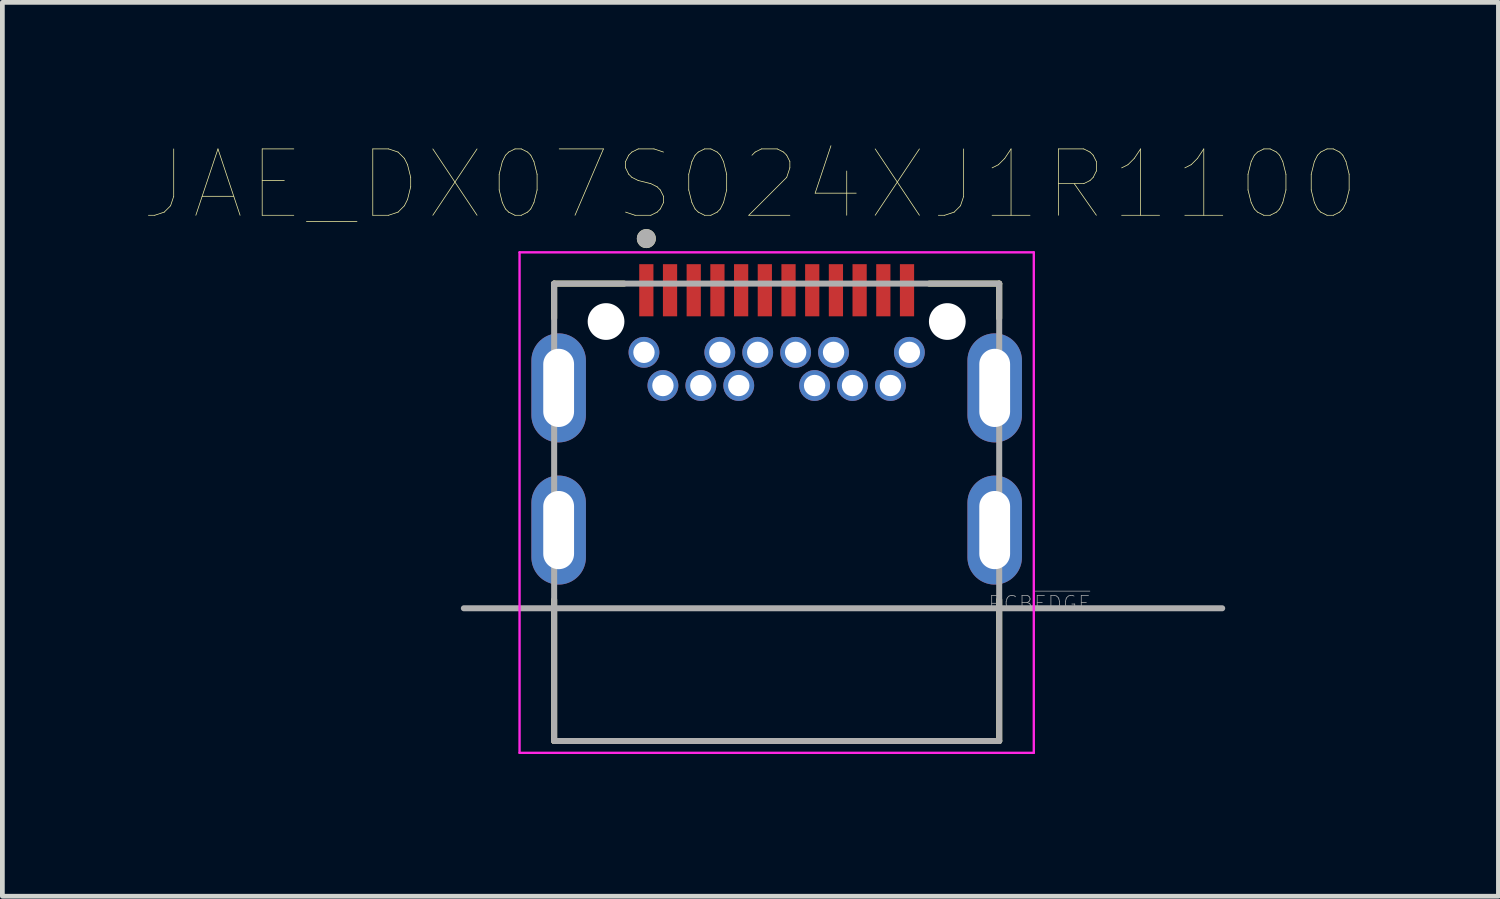
<source format=kicad_pcb>
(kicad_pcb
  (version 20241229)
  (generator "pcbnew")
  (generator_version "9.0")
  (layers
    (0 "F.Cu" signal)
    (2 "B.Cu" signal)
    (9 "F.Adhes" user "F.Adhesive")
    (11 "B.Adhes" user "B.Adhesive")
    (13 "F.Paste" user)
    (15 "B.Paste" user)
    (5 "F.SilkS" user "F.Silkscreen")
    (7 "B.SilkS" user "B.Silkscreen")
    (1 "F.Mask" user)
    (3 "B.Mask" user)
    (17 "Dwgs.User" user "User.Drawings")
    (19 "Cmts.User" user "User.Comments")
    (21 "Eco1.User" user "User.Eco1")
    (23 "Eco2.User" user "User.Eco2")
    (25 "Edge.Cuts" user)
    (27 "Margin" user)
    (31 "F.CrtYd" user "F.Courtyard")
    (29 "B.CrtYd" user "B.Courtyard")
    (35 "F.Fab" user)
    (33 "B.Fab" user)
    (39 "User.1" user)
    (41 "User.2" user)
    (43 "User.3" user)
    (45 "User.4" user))
  (footprint "JAE_DX07S024XJ1R1100"
    (layer "F.Cu")
    (at 9.737 3.734)
    (property "Reference" "JAE_DX07S024XJ1R1100" (at 3.045 -2.889 0) (layer "F.SilkS") (effects (font (size 1.4 1.4) (thickness 0.015))))
    (attr through_hole)
    (fp_line (start -1.095 -0.8) (end -1.095 -0.07) (stroke (width 0.127) (type solid)) (layer "F.SilkS"))
    (fp_line (start -1.095 8.85) (end -1.095 5.87) (stroke (width 0.127) (type solid)) (layer "F.SilkS"))
    (fp_line (start -1.095 8.85) (end 8.295 8.85) (stroke (width 0.127) (type solid)) (layer "F.SilkS"))
    (fp_line (start 0.38 -0.8) (end -1.095 -0.8) (stroke (width 0.127) (type solid)) (layer "F.SilkS"))
    (fp_line (start 8.295 -0.8) (end 6.82 -0.8) (stroke (width 0.127) (type solid)) (layer "F.SilkS"))
    (fp_line (start 8.295 -0.8) (end 8.295 -0.07) (stroke (width 0.127) (type solid)) (layer "F.SilkS"))
    (fp_line (start 8.295 8.85) (end 8.295 5.87) (stroke (width 0.127) (type solid)) (layer "F.SilkS"))
    (fp_circle (center 0.85 -1.75) (end 0.95 -1.75) (stroke (width 0.2) (type solid)) (fill no) (layer "F.SilkS"))
    (fp_line (start 7.088 -0.388) (end 7.312 -0.388) (stroke (width 0.001) (type solid)) (layer "Edge.Cuts"))
    (fp_line (start 7.312 0.388) (end 7.088 0.388) (stroke (width 0.001) (type solid)) (layer "Edge.Cuts"))
    (fp_arc (start 6.7 0) (mid 6.813496 -0.274004) (end 7.0875 -0.3875) (stroke (width 0.001) (type solid)) (layer "Edge.Cuts"))
    (fp_arc (start 7.0875 0.3875) (mid 6.813496 0.274004) (end 6.7 0) (stroke (width 0.001) (type solid)) (layer "Edge.Cuts"))
    (fp_arc (start 7.3125 -0.3875) (mid 7.586504 -0.274004) (end 7.7 0) (stroke (width 0.001) (type solid)) (layer "Edge.Cuts"))
    (fp_arc (start 7.7 0) (mid 7.586504 0.274004) (end 7.3125 0.3875) (stroke (width 0.001) (type solid)) (layer "Edge.Cuts"))
    (fp_line (start -1.825 -1.46) (end -1.825 9.1) (stroke (width 0.05) (type solid)) (layer "F.CrtYd"))
    (fp_line (start -1.825 9.1) (end 9.025 9.1) (stroke (width 0.05) (type solid)) (layer "F.CrtYd"))
    (fp_line (start 9.025 -1.46) (end -1.825 -1.46) (stroke (width 0.05) (type solid)) (layer "F.CrtYd"))
    (fp_line (start 9.025 9.1) (end 9.025 -1.46) (stroke (width 0.05) (type solid)) (layer "F.CrtYd"))
    (fp_line (start -3 6.05) (end 13 6.05) (stroke (width 0.127) (type solid)) (layer "F.Fab"))
    (fp_line (start -1.095 -0.8) (end -1.095 8.85) (stroke (width 0.127) (type solid)) (layer "F.Fab"))
    (fp_line (start -1.095 8.85) (end 8.295 8.85) (stroke (width 0.127) (type solid)) (layer "F.Fab"))
    (fp_line (start 8.295 -0.8) (end -1.095 -0.8) (stroke (width 0.127) (type solid)) (layer "F.Fab"))
    (fp_line (start 8.295 8.85) (end 8.295 -0.8) (stroke (width 0.127) (type solid)) (layer "F.Fab"))
    (fp_circle (center 0.85 -1.75) (end 0.95 -1.75) (stroke (width 0.2) (type solid)) (fill no) (layer "F.Fab"))
    (fp_text user "PCB~{EDGE}" (at 9.15 5.95 0) (layer "F.Fab") (effects (font (size 0.32 0.32) (thickness 0.015))))
    (pad "" np_thru_hole circle (at 0 0) (size 0.775 0.775) (drill 0.775) (layers "*.Cu" "*.Mask"))
    (pad "" np_thru_hole circle (at 7.2 0) (size 0.775 0.775) (drill 0.775) (layers "*.Cu" "*.Mask"))
    (pad "A1" smd rect (at 0.85 -0.66) (size 0.3 1.1) (layers "F.Cu" "F.Mask" "F.Paste"))
    (pad "A2" smd rect (at 1.35 -0.66) (size 0.3 1.1) (layers "F.Cu" "F.Mask" "F.Paste"))
    (pad "A3" smd rect (at 1.85 -0.66) (size 0.3 1.1) (layers "F.Cu" "F.Mask" "F.Paste"))
    (pad "A4" smd rect (at 2.35 -0.66) (size 0.3 1.1) (layers "F.Cu" "F.Mask" "F.Paste"))
    (pad "A5" smd rect (at 2.85 -0.66) (size 0.3 1.1) (layers "F.Cu" "F.Mask" "F.Paste"))
    (pad "A6" smd rect (at 3.35 -0.66) (size 0.3 1.1) (layers "F.Cu" "F.Mask" "F.Paste"))
    (pad "A7" smd rect (at 3.85 -0.66) (size 0.3 1.1) (layers "F.Cu" "F.Mask" "F.Paste"))
    (pad "A8" smd rect (at 4.35 -0.66) (size 0.3 1.1) (layers "F.Cu" "F.Mask" "F.Paste"))
    (pad "A9" smd rect (at 4.85 -0.66) (size 0.3 1.1) (layers "F.Cu" "F.Mask" "F.Paste"))
    (pad "A10" smd rect (at 5.35 -0.66) (size 0.3 1.1) (layers "F.Cu" "F.Mask" "F.Paste"))
    (pad "A11" smd rect (at 5.85 -0.66) (size 0.3 1.1) (layers "F.Cu" "F.Mask" "F.Paste"))
    (pad "A12" smd rect (at 6.35 -0.66) (size 0.3 1.1) (layers "F.Cu" "F.Mask" "F.Paste"))
    (pad "B1" thru_hole circle (at 6.4 0.65) (size 0.65 0.65) (drill 0.45) (layers "*.Cu" "*.Mask"))
    (pad "B2" thru_hole circle (at 6 1.35) (size 0.65 0.65) (drill 0.45) (layers "*.Cu" "*.Mask"))
    (pad "B3" thru_hole circle (at 5.2 1.35) (size 0.65 0.65) (drill 0.45) (layers "*.Cu" "*.Mask"))
    (pad "B4" thru_hole circle (at 4.8 0.65) (size 0.65 0.65) (drill 0.45) (layers "*.Cu" "*.Mask"))
    (pad "B5" thru_hole circle (at 4.4 1.35) (size 0.65 0.65) (drill 0.45) (layers "*.Cu" "*.Mask"))
    (pad "B6" thru_hole circle (at 4 0.65) (size 0.65 0.65) (drill 0.45) (layers "*.Cu" "*.Mask"))
    (pad "B7" thru_hole circle (at 3.2 0.65) (size 0.65 0.65) (drill 0.45) (layers "*.Cu" "*.Mask"))
    (pad "B8" thru_hole circle (at 2.8 1.35) (size 0.65 0.65) (drill 0.45) (layers "*.Cu" "*.Mask"))
    (pad "B9" thru_hole circle (at 2.4 0.65) (size 0.65 0.65) (drill 0.45) (layers "*.Cu" "*.Mask"))
    (pad "B10" thru_hole circle (at 2 1.35) (size 0.65 0.65) (drill 0.45) (layers "*.Cu" "*.Mask"))
    (pad "B11" thru_hole circle (at 1.2 1.35) (size 0.65 0.65) (drill 0.45) (layers "*.Cu" "*.Mask"))
    (pad "B12" thru_hole circle (at 0.8 0.65) (size 0.65 0.65) (drill 0.45) (layers "*.Cu" "*.Mask"))
    (pad "S1" thru_hole oval (at -1 1.4) (size 1.15 2.3) (drill oval 0.65 1.65) (layers "*.Cu" "*.Mask"))
    (pad "S2" thru_hole oval (at 8.2 1.4) (size 1.15 2.3) (drill oval 0.65 1.65) (layers "*.Cu" "*.Mask"))
    (pad "S3" thru_hole oval (at -1 4.4) (size 1.15 2.3) (drill oval 0.65 1.65) (layers "*.Cu" "*.Mask"))
    (pad "S4" thru_hole oval (at 8.2 4.4) (size 1.15 2.3) (drill oval 0.65 1.65) (layers "*.Cu" "*.Mask")))
  (gr_rect
    (start -3 -3)
    (end 28.565 15.859)
    (stroke (width 0.1) (type default))
    (fill no)
    (layer "Edge.Cuts")))
</source>
